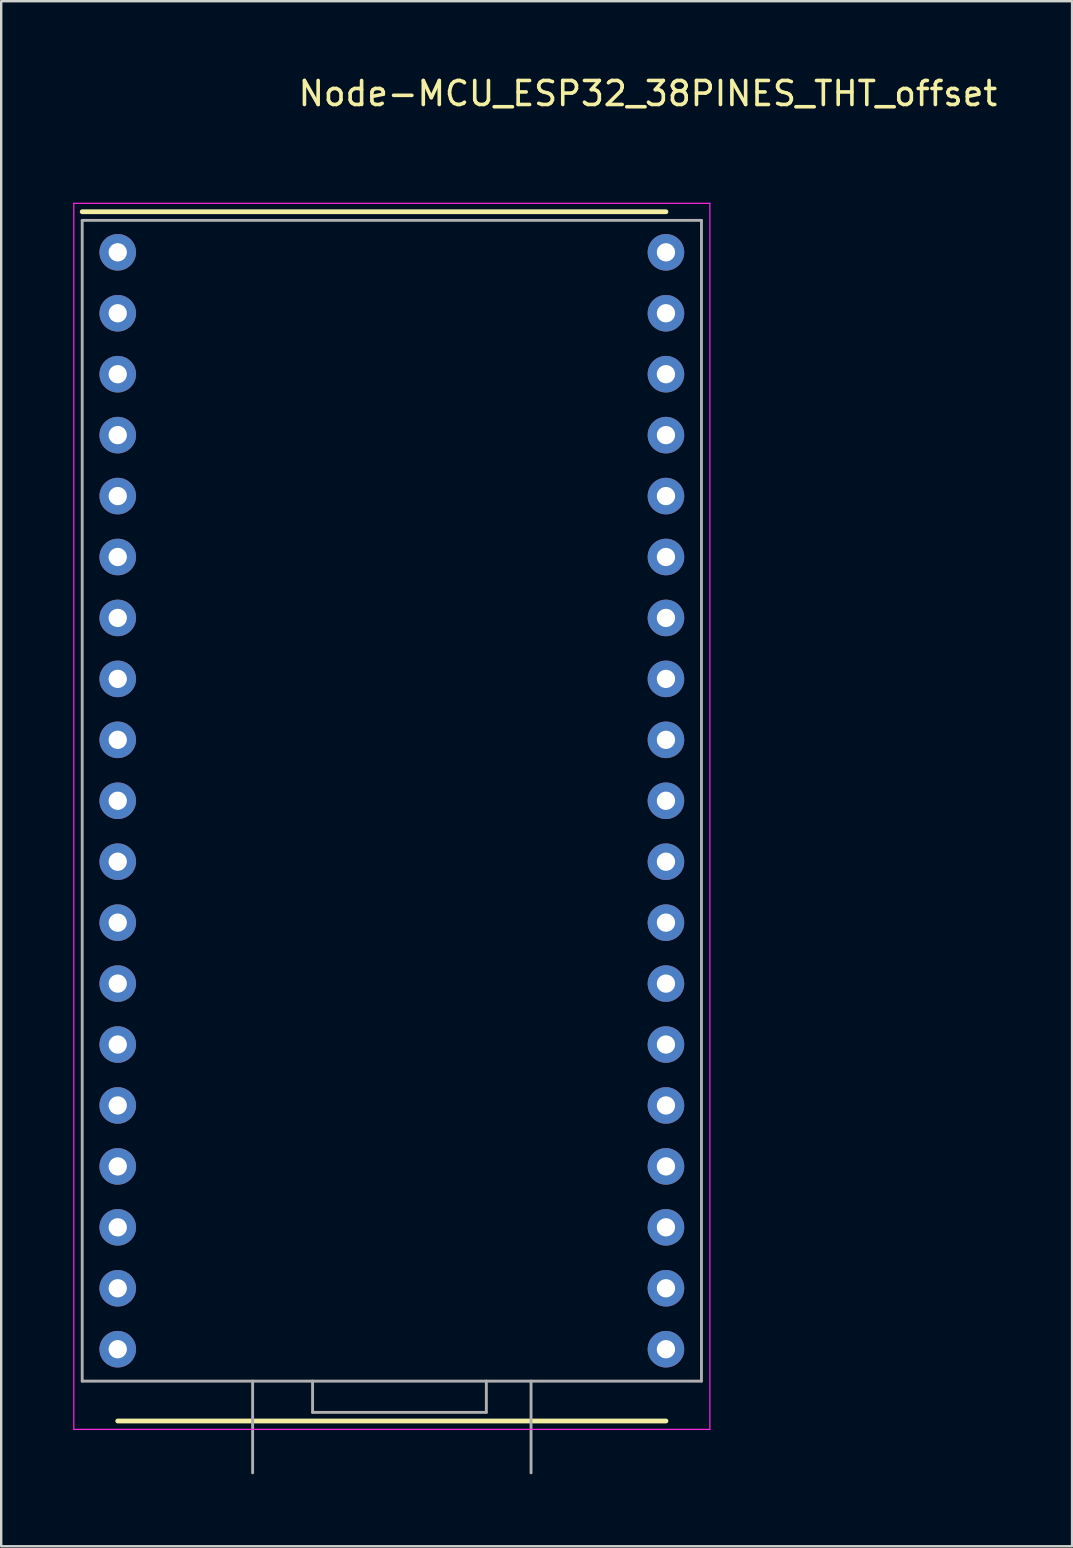
<source format=kicad_pcb>
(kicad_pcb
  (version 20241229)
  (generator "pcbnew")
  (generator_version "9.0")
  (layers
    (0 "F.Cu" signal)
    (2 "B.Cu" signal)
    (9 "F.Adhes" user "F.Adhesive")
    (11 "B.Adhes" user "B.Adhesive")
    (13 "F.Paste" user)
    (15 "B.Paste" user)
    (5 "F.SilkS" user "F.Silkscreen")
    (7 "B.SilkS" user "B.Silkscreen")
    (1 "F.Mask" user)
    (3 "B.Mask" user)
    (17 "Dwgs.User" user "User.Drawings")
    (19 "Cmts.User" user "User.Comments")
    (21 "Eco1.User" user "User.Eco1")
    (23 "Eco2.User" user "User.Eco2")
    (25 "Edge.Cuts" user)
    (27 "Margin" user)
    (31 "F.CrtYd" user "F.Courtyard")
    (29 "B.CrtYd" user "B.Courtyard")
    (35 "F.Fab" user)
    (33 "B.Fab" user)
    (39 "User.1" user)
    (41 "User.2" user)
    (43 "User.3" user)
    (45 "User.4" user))
  (footprint "Node-MCU_ESP32_38PINES_THT_offset"
    (layer "F.Cu")
    (at 13.275 30.312)
    (property "Reference" "Node-MCU_ESP32_38PINES_THT_offset" (at 10.668 -29.464 0) (layer "F.SilkS") (effects (font (size 1 1) (thickness 0.15))))
    (attr through_hole)
    (fp_line (start 11.42 -24.54) (end -12.9 -24.54) (stroke (width 0.2) (type solid)) (layer "F.SilkS"))
    (fp_line (start 11.42 25.84) (end -11.42 25.84) (stroke (width 0.2) (type solid)) (layer "F.SilkS"))
    (fp_line (start -13.25 -24.89) (end 13.25 -24.89) (stroke (width 0.05) (type solid)) (layer "F.CrtYd"))
    (fp_line (start -13.25 26.19) (end -13.25 -24.89) (stroke (width 0.05) (type solid)) (layer "F.CrtYd"))
    (fp_line (start 13.25 -24.89) (end 13.25 26.19) (stroke (width 0.05) (type solid)) (layer "F.CrtYd"))
    (fp_line (start 13.25 26.19) (end -13.25 26.19) (stroke (width 0.05) (type solid)) (layer "F.CrtYd"))
    (fp_line (start -12.9 -24.18) (end -12.9 24.18) (stroke (width 0.12) (type solid)) (layer "F.Fab"))
    (fp_line (start -12.9 24.18) (end 12.9 24.18) (stroke (width 0.12) (type solid)) (layer "F.Fab"))
    (fp_line (start -5.8 24.18) (end -5.8 28) (stroke (width 0.12) (type solid)) (layer "F.Fab"))
    (fp_line (start -3.302 25.48) (end -3.302 24.18) (stroke (width 0.12) (type solid)) (layer "F.Fab"))
    (fp_line (start -3.302 25.48) (end 3.937 25.48) (stroke (width 0.12) (type solid)) (layer "F.Fab"))
    (fp_line (start 3.937 25.48) (end 3.937 24.18) (stroke (width 0.12) (type solid)) (layer "F.Fab"))
    (fp_line (start 5.8 24.18) (end 5.8 28) (stroke (width 0.12) (type solid)) (layer "F.Fab"))
    (fp_line (start 12.9 -24.18) (end -12.9 -24.18) (stroke (width 0.12) (type solid)) (layer "F.Fab"))
    (fp_line (start 12.9 24.18) (end 12.9 -24.18) (stroke (width 0.12) (type solid)) (layer "F.Fab"))
    (pad "1" thru_hole circle (at -11.42 -22.85) (size 1.524 1.524) (drill 0.762) (layers "*.Cu" "*.Mask"))
    (pad "2" thru_hole circle (at -11.42 -20.311) (size 1.524 1.524) (drill 0.762) (layers "*.Cu" "*.Mask"))
    (pad "3" thru_hole circle (at -11.42 -17.772) (size 1.524 1.524) (drill 0.762) (layers "*.Cu" "*.Mask"))
    (pad "4" thru_hole circle (at -11.42 -15.233) (size 1.524 1.524) (drill 0.762) (layers "*.Cu" "*.Mask"))
    (pad "5" thru_hole circle (at -11.42 -12.694) (size 1.524 1.524) (drill 0.762) (layers "*.Cu" "*.Mask"))
    (pad "6" thru_hole circle (at -11.42 -10.156) (size 1.524 1.524) (drill 0.762) (layers "*.Cu" "*.Mask"))
    (pad "7" thru_hole circle (at -11.42 -7.617) (size 1.524 1.524) (drill 0.762) (layers "*.Cu" "*.Mask"))
    (pad "8" thru_hole circle (at -11.42 -5.078) (size 1.524 1.524) (drill 0.762) (layers "*.Cu" "*.Mask"))
    (pad "9" thru_hole circle (at -11.42 -2.539) (size 1.524 1.524) (drill 0.762) (layers "*.Cu" "*.Mask"))
    (pad "10" thru_hole circle (at -11.42 -0.000008) (size 1.524 1.524) (drill 0.762) (layers "*.Cu" "*.Mask"))
    (pad "11" thru_hole circle (at -11.42 2.539) (size 1.524 1.524) (drill 0.762) (layers "*.Cu" "*.Mask"))
    (pad "12" thru_hole circle (at -11.42 5.078) (size 1.524 1.524) (drill 0.762) (layers "*.Cu" "*.Mask"))
    (pad "13" thru_hole circle (at -11.42 7.617) (size 1.524 1.524) (drill 0.762) (layers "*.Cu" "*.Mask"))
    (pad "14" thru_hole circle (at -11.42 10.156) (size 1.524 1.524) (drill 0.762) (layers "*.Cu" "*.Mask"))
    (pad "15" thru_hole circle (at -11.42 12.694) (size 1.524 1.524) (drill 0.762) (layers "*.Cu" "*.Mask"))
    (pad "16" thru_hole circle (at -11.42 15.233) (size 1.524 1.524) (drill 0.762) (layers "*.Cu" "*.Mask"))
    (pad "17" thru_hole circle (at -11.42 17.772) (size 1.524 1.524) (drill 0.762) (layers "*.Cu" "*.Mask"))
    (pad "18" thru_hole circle (at -11.42 20.311) (size 1.524 1.524) (drill 0.762) (layers "*.Cu" "*.Mask"))
    (pad "19" thru_hole circle (at -11.42 22.85) (size 1.524 1.524) (drill 0.762) (layers "*.Cu" "*.Mask"))
    (pad "20" thru_hole circle (at 11.42 22.85) (size 1.524 1.524) (drill 0.762) (layers "*.Cu" "*.Mask"))
    (pad "21" thru_hole circle (at 11.42 20.311) (size 1.524 1.524) (drill 0.762) (layers "*.Cu" "*.Mask"))
    (pad "22" thru_hole circle (at 11.42 17.772) (size 1.524 1.524) (drill 0.762) (layers "*.Cu" "*.Mask"))
    (pad "23" thru_hole circle (at 11.42 15.233) (size 1.524 1.524) (drill 0.762) (layers "*.Cu" "*.Mask"))
    (pad "24" thru_hole circle (at 11.42 12.694) (size 1.524 1.524) (drill 0.762) (layers "*.Cu" "*.Mask"))
    (pad "25" thru_hole circle (at 11.42 10.156) (size 1.524 1.524) (drill 0.762) (layers "*.Cu" "*.Mask"))
    (pad "26" thru_hole circle (at 11.42 7.617) (size 1.524 1.524) (drill 0.762) (layers "*.Cu" "*.Mask"))
    (pad "27" thru_hole circle (at 11.42 5.078) (size 1.524 1.524) (drill 0.762) (layers "*.Cu" "*.Mask"))
    (pad "28" thru_hole circle (at 11.42 2.539) (size 1.524 1.524) (drill 0.762) (layers "*.Cu" "*.Mask"))
    (pad "29" thru_hole circle (at 11.42 -0.000008) (size 1.524 1.524) (drill 0.762) (layers "*.Cu" "*.Mask"))
    (pad "30" thru_hole circle (at 11.42 -2.539) (size 1.524 1.524) (drill 0.762) (layers "*.Cu" "*.Mask"))
    (pad "31" thru_hole circle (at 11.42 -5.078) (size 1.524 1.524) (drill 0.762) (layers "*.Cu" "*.Mask"))
    (pad "32" thru_hole circle (at 11.42 -7.617) (size 1.524 1.524) (drill 0.762) (layers "*.Cu" "*.Mask"))
    (pad "33" thru_hole circle (at 11.42 -10.156) (size 1.524 1.524) (drill 0.762) (layers "*.Cu" "*.Mask"))
    (pad "34" thru_hole circle (at 11.42 -12.694) (size 1.524 1.524) (drill 0.762) (layers "*.Cu" "*.Mask"))
    (pad "35" thru_hole circle (at 11.42 -15.233) (size 1.524 1.524) (drill 0.762) (layers "*.Cu" "*.Mask"))
    (pad "36" thru_hole circle (at 11.42 -17.772) (size 1.524 1.524) (drill 0.762) (layers "*.Cu" "*.Mask"))
    (pad "37" thru_hole circle (at 11.42 -20.311) (size 1.524 1.524) (drill 0.762) (layers "*.Cu" "*.Mask"))
    (pad "38" thru_hole circle (at 11.42 -22.85) (size 1.524 1.524) (drill 0.762) (layers "*.Cu" "*.Mask")))
  (gr_rect
    (start -3 -3)
    (end 41.616 61.372)
    (stroke (width 0.1) (type default))
    (fill no)
    (layer "Edge.Cuts")))
</source>
